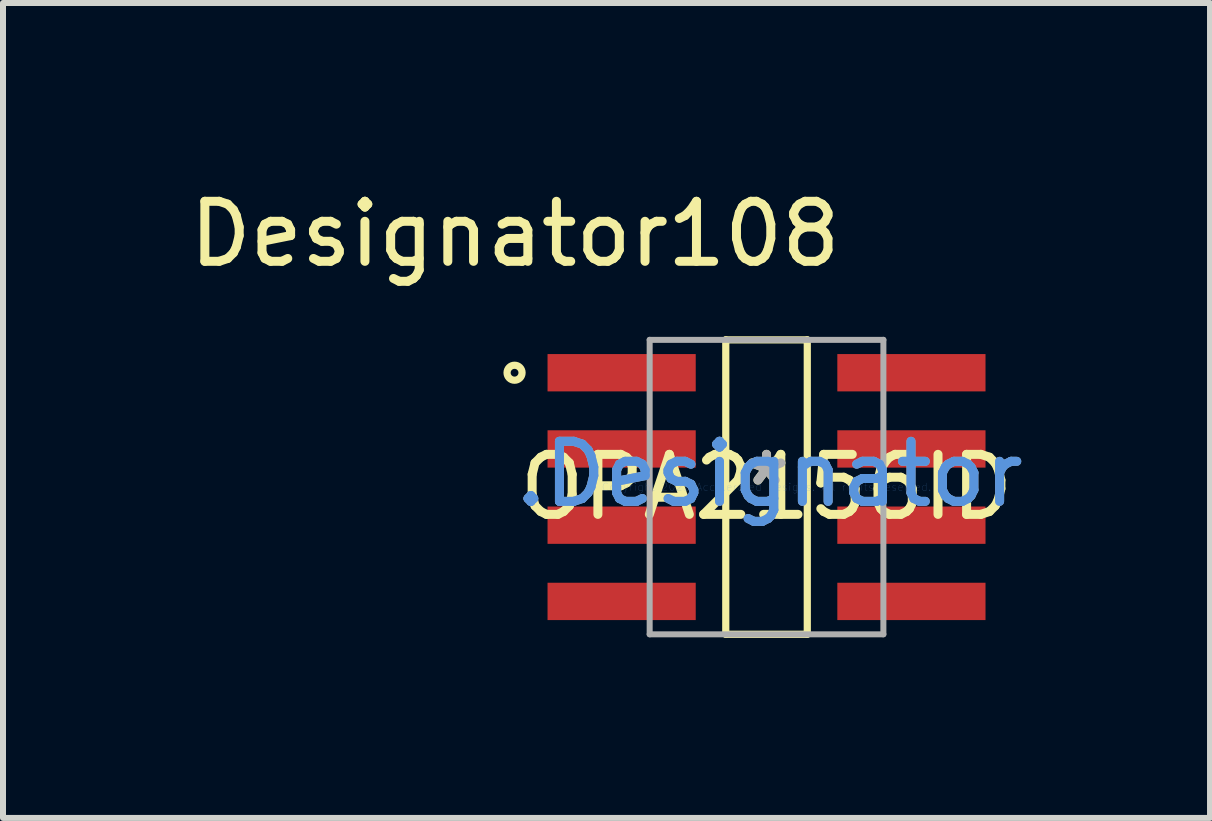
<source format=kicad_pcb>
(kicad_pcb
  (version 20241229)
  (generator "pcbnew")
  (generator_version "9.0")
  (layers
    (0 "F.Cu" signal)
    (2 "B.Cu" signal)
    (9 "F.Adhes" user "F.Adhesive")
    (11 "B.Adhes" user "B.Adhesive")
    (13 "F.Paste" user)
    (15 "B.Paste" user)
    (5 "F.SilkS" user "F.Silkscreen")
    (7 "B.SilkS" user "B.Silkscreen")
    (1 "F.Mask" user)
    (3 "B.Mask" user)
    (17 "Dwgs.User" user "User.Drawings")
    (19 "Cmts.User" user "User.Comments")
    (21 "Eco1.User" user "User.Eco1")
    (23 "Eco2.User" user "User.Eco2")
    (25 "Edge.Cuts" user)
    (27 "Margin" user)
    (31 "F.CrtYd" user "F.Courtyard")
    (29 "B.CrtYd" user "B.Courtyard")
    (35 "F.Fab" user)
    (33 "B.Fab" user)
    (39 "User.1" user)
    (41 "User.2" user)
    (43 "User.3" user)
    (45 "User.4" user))
  (footprint "OPA2156ID"
    (layer "F.Cu")
    (at 9.721 5.065)
    (property "Reference" "OPA2156ID" (at 0 0 0) (layer "F.SilkS") (effects (font (size 1 1) (thickness 0.15))))
    (attr through_hole)
    (fp_line (start -0.679 -2.453) (end 0.679 -2.453) (stroke (width 0.12) (type solid)) (layer "F.SilkS"))
    (fp_line (start -0.679 2.453) (end -0.679 -2.453) (stroke (width 0.12) (type solid)) (layer "F.SilkS"))
    (fp_line (start -0.679 2.453) (end 0.679 2.453) (stroke (width 0.12) (type solid)) (layer "F.SilkS"))
    (fp_line (start 0.679 2.453) (end 0.679 -2.453) (stroke (width 0.12) (type solid)) (layer "F.SilkS"))
    (fp_circle (center -4.198 -1.905) (end -4.073 -1.905) (stroke (width 0.12) (type solid)) (fill no) (layer "F.SilkS"))
    (fp_line (start -1.947 -2.453) (end 1.947 -2.453) (stroke (width 0.1) (type solid)) (layer "F.Fab"))
    (fp_line (start -1.947 2.453) (end -1.947 -2.453) (stroke (width 0.1) (type solid)) (layer "F.Fab"))
    (fp_line (start -1.947 2.453) (end 1.947 2.453) (stroke (width 0.1) (type solid)) (layer "F.Fab"))
    (fp_line (start 1.947 2.453) (end 1.947 -2.453) (stroke (width 0.1) (type solid)) (layer "F.Fab"))
    (fp_text user "*" (at 0 0 0) (layer "F.SilkS") (effects (font (size 1 1) (thickness 0.15))))
    (fp_text user "Designator108" (at -4.191 -4.216 0) (layer "F.SilkS") (effects (font (size 1 1) (thickness 0.15))))
    (fp_text user "Copyright 2021 Accelerated Designs. All rights reserved." (at 0 0 0) (layer "Cmts.User") (effects (font (size 0.127 0.127) (thickness 0.002))))
    (fp_text user ".Designator" (at 0.05 -0.217 0) (layer "Cmts.User") (effects (font (size 1 1) (thickness 0.15))))
    (fp_text user "*" (at 0 0 0) (layer "F.Fab") (effects (font (size 1 1) (thickness 0.15))))
    (fp_text user ".Designator" (at 0.05 -0.217 0) (layer "F.Fab") (effects (font (size 1 1) (thickness 0.15))))
    (pad "1" smd rect (at -2.414 -1.905) (size 2.469 0.622) (layers "F.Cu" "F.Mask" "F.Paste"))
    (pad "2" smd rect (at -2.414 -0.635) (size 2.469 0.622) (layers "F.Cu" "F.Mask" "F.Paste"))
    (pad "3" smd rect (at -2.414 0.635) (size 2.469 0.622) (layers "F.Cu" "F.Mask" "F.Paste"))
    (pad "4" smd rect (at -2.414 1.905) (size 2.469 0.622) (layers "F.Cu" "F.Mask" "F.Paste"))
    (pad "5" smd rect (at 2.414 1.905) (size 2.469 0.622) (layers "F.Cu" "F.Mask" "F.Paste"))
    (pad "6" smd rect (at 2.414 0.635) (size 2.469 0.622) (layers "F.Cu" "F.Mask" "F.Paste"))
    (pad "7" smd rect (at 2.414 -0.635) (size 2.469 0.622) (layers "F.Cu" "F.Mask" "F.Paste"))
    (pad "8" smd rect (at 2.414 -1.905) (size 2.469 0.622) (layers "F.Cu" "F.Mask" "F.Paste")))
  (gr_rect
    (start -3 -3)
    (end 17.11 10.577)
    (stroke (width 0.1) (type default))
    (fill no)
    (layer "Edge.Cuts")))
</source>
